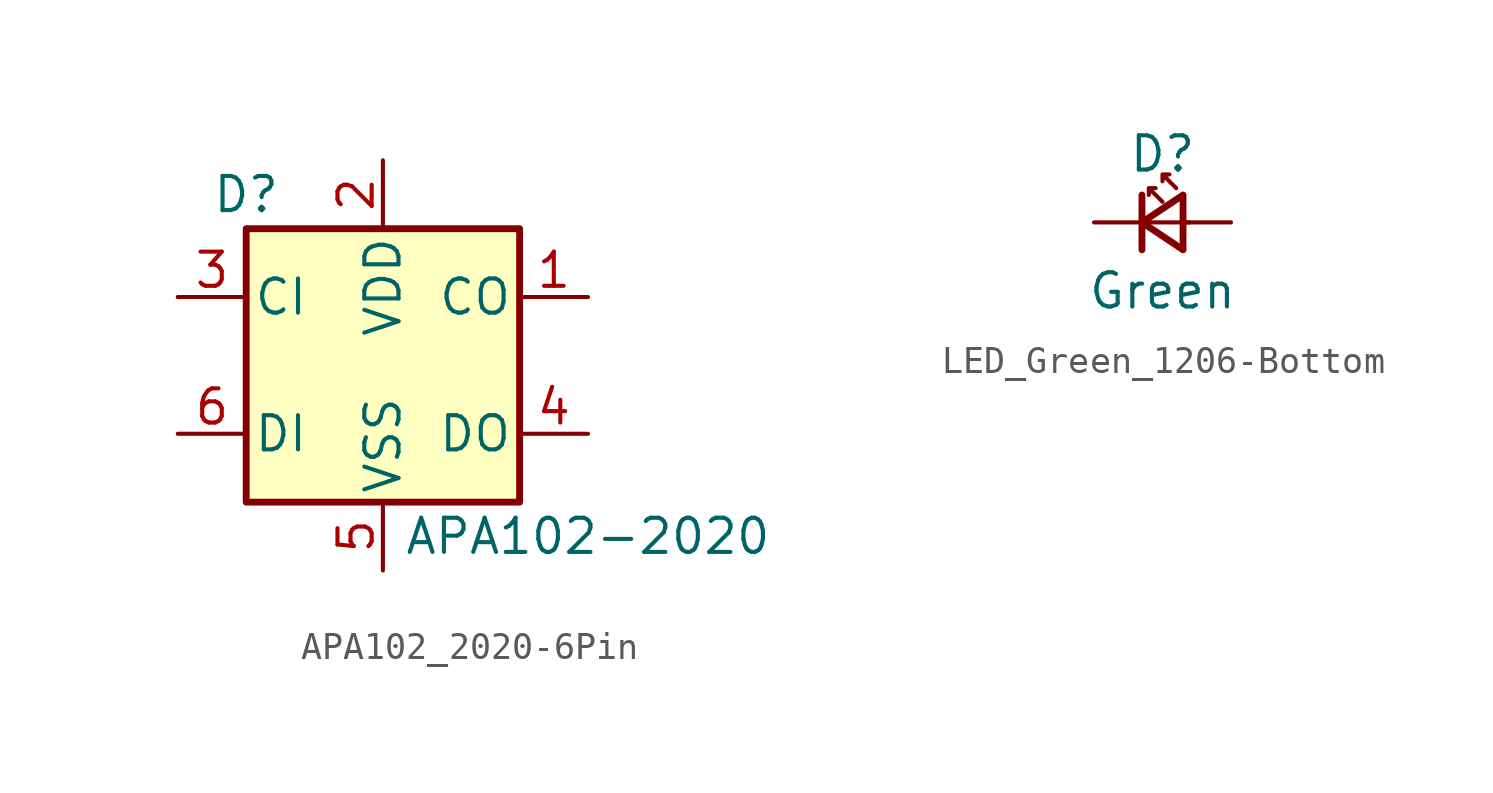
<source format=kicad_sym>
(kicad_symbol_lib
  (version 20241209)
  (generator "kicad_symbol_editor")
  (generator_version "9.0")
  (symbol "APA102_2020-6Pin"
    (pin_names
      (offset 0.254))
    (property "Reference" "D"
      (at -5.08 6.35 0)
      (effects (font (size 1.27 1.27))))
    (property "Value" "APA102-2020"
      (at 7.62 -6.35 0)
      (do_not_autoplace)
      (effects (font (size 1.27 1.27))))
    (symbol "APA102_2020-6Pin_0_1"
      (rectangle (start -5.08 5.08) (end 5.08 -5.08) (stroke (width 0.254) (type default)) (fill (type background))))
    (symbol "APA102_2020-6Pin_1_1"
      (pin input line (at -7.62 2.54 0) (length 2.54) (name "CI" (effects (font (size 1.27 1.27)))) (number "3" (effects (font (size 1.27 1.27)))))
      (pin input line (at -7.62 -2.54 0) (length 2.54) (name "DI" (effects (font (size 1.27 1.27)))) (number "6" (effects (font (size 1.27 1.27)))))
      (pin power_in line (at 0 7.62 270) (length 2.54) (name "VDD" (effects (font (size 1.27 1.27)))) (number "2" (effects (font (size 1.27 1.27)))))
      (pin power_in line (at 0 -7.62 90) (length 2.54) (name "VSS" (effects (font (size 1.27 1.27)))) (number "5" (effects (font (size 1.27 1.27)))))
      (pin output line (at 7.62 2.54 180) (length 2.54) (name "CO" (effects (font (size 1.27 1.27)))) (number "1" (effects (font (size 1.27 1.27)))))
      (pin output line (at 7.62 -2.54 180) (length 2.54) (name "DO" (effects (font (size 1.27 1.27)))) (number "4" (effects (font (size 1.27 1.27)))))))
  (symbol "LED_Green_1206-Bottom"
    (pin_numbers
      (hide yes))
    (pin_names
      (offset 1.016)
      (hide yes))
    (property "Reference" "D"
      (at 0 2.54 0)
      (effects (font (size 1.27 1.27))))
    (property "Value" "Green"
      (at 0 -2.54 0)
      (effects (font (size 1.27 1.27))))
    (symbol "LED_Green_1206-Bottom_0_1"
      (polyline (pts (xy -0.762 -1.016) (xy -0.762 1.016)) (stroke (width 0.254) (type default)) (fill (type none)))
      (polyline (pts (xy 0 0.762) (xy -0.508 1.27) (xy -0.254 1.27) (xy -0.508 1.27) (xy -0.508 1.016)) (stroke (width 0) (type default)) (fill (type none)))
      (polyline (pts (xy 0.508 1.27) (xy 0 1.778) (xy 0.254 1.778) (xy 0 1.778) (xy 0 1.524)) (stroke (width 0) (type default)) (fill (type none)))
      (polyline (pts (xy 0.762 -1.016) (xy -0.762 0) (xy 0.762 1.016) (xy 0.762 -1.016)) (stroke (width 0.254) (type default)) (fill (type none)))
      (polyline (pts (xy 1.016 0) (xy -0.762 0)) (stroke (width 0) (type default)) (fill (type none))))
    (symbol "LED_Green_1206-Bottom_1_1"
      (pin passive line (at -2.54 0 0) (length 1.778) (name "K" (effects (font (size 1.27 1.27)))) (number "1" (effects (font (size 1.27 1.27)))))
      (pin passive line (at 2.54 0 180) (length 1.778) (name "A" (effects (font (size 1.27 1.27)))) (number "2" (effects (font (size 1.27 1.27))))))))
</source>
